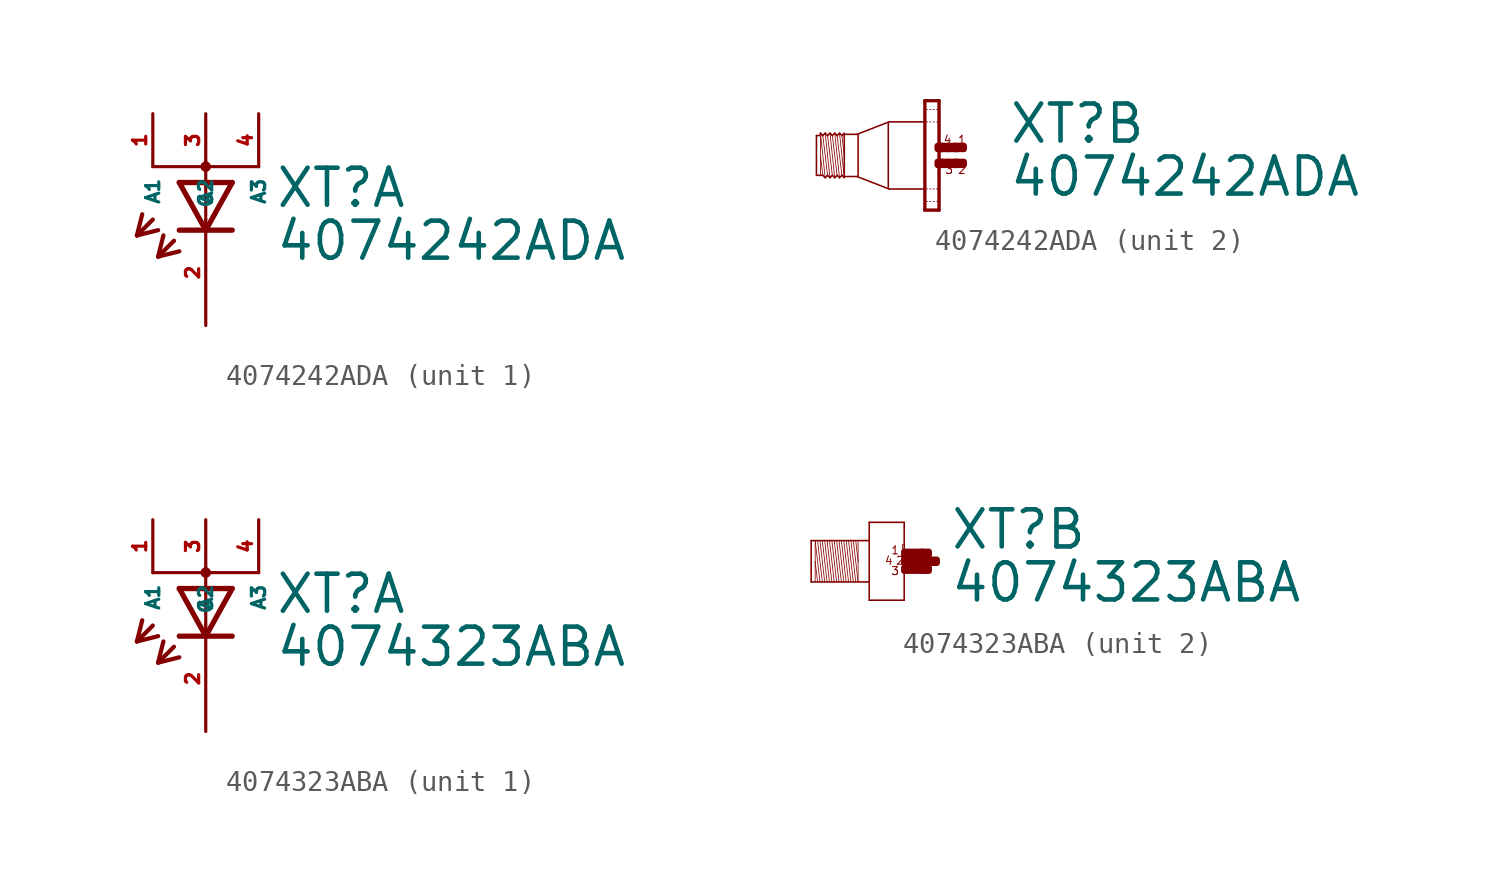
<source format=kicad_sym>
(kicad_symbol_lib
  (version 20220914)
  (generator Eagle2Kicad)
  (symbol "4074242ADA"
    (property "Reference" "XT"
      (at 3.302 0.483 0)
      (effects (font (size 1.778 1.778) (thickness 0.22)) (justify left bottom)))
    (property "Value" "4074242ADA"
      (at 3.302 -2.057 0)
      (effects (font (size 1.778 1.778) (thickness 0.22)) (justify left bottom)))
    (symbol "4074242ADA_1_0"
      (polyline (pts (xy -1.27 1.778) (xy 0 -0.508)) (stroke (width 0.254) (type default)) (fill (type none)))
      (polyline (pts (xy 0 -0.508) (xy 1.27 1.778)) (stroke (width 0.254) (type default)) (fill (type none)))
      (polyline (pts (xy 1.27 -0.508) (xy 0 -0.508)) (stroke (width 0.254) (type default)) (fill (type none)))
      (polyline (pts (xy 1.27 1.778) (xy -1.27 1.778)) (stroke (width 0.254) (type default)) (fill (type none)))
      (polyline (pts (xy 0 -0.508) (xy -1.27 -0.508)) (stroke (width 0.254) (type default)) (fill (type none)))
      (polyline (pts (xy -2.54 0) (xy -3.302 -0.762)) (stroke (width 0.203) (type default)) (fill (type none)))
      (polyline (pts (xy -3.302 -0.762) (xy -2.286 -0.508)) (stroke (width 0.203) (type default)) (fill (type none)))
      (polyline (pts (xy -3.302 -0.762) (xy -3.048 0.254)) (stroke (width 0.203) (type default)) (fill (type none)))
      (polyline (pts (xy -1.524 -1.016) (xy -2.286 -1.778)) (stroke (width 0.203) (type default)) (fill (type none)))
      (polyline (pts (xy -2.286 -1.778) (xy -1.27 -1.524)) (stroke (width 0.203) (type default)) (fill (type none)))
      (polyline (pts (xy -2.286 -1.778) (xy -2.032 -0.762)) (stroke (width 0.203) (type default)) (fill (type none)))
      (polyline (pts (xy 2.54 2.54) (xy 0 2.54)) (stroke (width 0.152) (type default)) (fill (type none)))
      (polyline (pts (xy 0 2.54) (xy -2.54 2.54)) (stroke (width 0.152) (type default)) (fill (type none)))
      (polyline (pts (xy 0 2.54) (xy 0 2.794)) (stroke (width 0.152) (type default)) (fill (type none)))
      (polyline (pts (xy 0 2.54) (xy 0 0)) (stroke (width 0.152) (type default)) (fill (type none)))
      (circle (center 0 2.54) (radius 0.127) (stroke (width 0.254) (type default)) (fill (type none)))
      (pin passive line (at 0 -5.08 90) (length 5.08) (name "C" (effects (font (size 0.635 0.635) (thickness 0.08)) (justify left bottom))) (number "2" (effects (font (size 0.635 0.635) (thickness 0.08)) (justify left bottom))))
      (pin passive line (at 0 5.08 270) (length 2.54) (name "A2" (effects (font (size 0.635 0.635) (thickness 0.08)) (justify left bottom))) (number "3" (effects (font (size 0.635 0.635) (thickness 0.08)) (justify left bottom))))
      (pin passive line (at 2.54 5.08 270) (length 2.54) (name "A3" (effects (font (size 0.635 0.635) (thickness 0.08)) (justify left bottom))) (number "4" (effects (font (size 0.635 0.635) (thickness 0.08)) (justify left bottom))))
      (pin passive line (at -2.54 5.08 270) (length 2.54) (name "A1" (effects (font (size 0.635 0.635) (thickness 0.08)) (justify left bottom))) (number "1" (effects (font (size 0.635 0.635) (thickness 0.08)) (justify left bottom)))))
    (symbol "4074242ADA_2_0"
      (polyline (pts (xy -4.548 -1.067) (xy -4.777 1.067)) (stroke (width 0.038) (type default)) (fill (type none)))
      (polyline (pts (xy -4.662 0.953) (xy -4.548 0)) (stroke (width 0.038) (type default)) (fill (type none)))
      (polyline (pts (xy -4.662 -0.953) (xy -4.891 0.953)) (stroke (width 0.038) (type default)) (fill (type none)))
      (polyline (pts (xy -4.777 -1.067) (xy -5.005 1.067)) (stroke (width 0.038) (type default)) (fill (type none)))
      (polyline (pts (xy -4.891 -0.953) (xy -5.12 0.953)) (stroke (width 0.038) (type default)) (fill (type none)))
      (polyline (pts (xy -5.005 -1.067) (xy -5.234 1.067)) (stroke (width 0.038) (type default)) (fill (type none)))
      (polyline (pts (xy -5.12 -0.953) (xy -5.348 0.953)) (stroke (width 0.038) (type default)) (fill (type none)))
      (polyline (pts (xy -5.234 -1.067) (xy -5.463 1.067)) (stroke (width 0.038) (type default)) (fill (type none)))
      (polyline (pts (xy -5.348 -0.953) (xy -5.577 0.953)) (stroke (width 0.038) (type default)) (fill (type none)))
      (polyline (pts (xy -5.463 -1.067) (xy -5.691 1.067)) (stroke (width 0.038) (type default)) (fill (type none)))
      (polyline (pts (xy -5.691 0) (xy -5.577 -0.953)) (stroke (width 0.038) (type default)) (fill (type none)))
      (polyline (pts (xy -5.691 1.029) (xy -5.691 0.953)) (stroke (width 0.038) (type default)) (fill (type none)))
      (polyline (pts (xy -5.691 0.953) (xy -5.691 -0.953)) (stroke (width 0.038) (type default)) (fill (type none)))
      (polyline (pts (xy -5.882 -0.953) (xy -5.882 0.953)) (stroke (width 0.076) (type default)) (fill (type none)))
      (polyline (pts (xy -5.882 0.953) (xy -5.691 0.953)) (stroke (width 0.076) (type default)) (fill (type none)))
      (polyline (pts (xy -5.691 0.953) (xy -5.691 1.067)) (stroke (width 0.076) (type default)) (fill (type none)))
      (polyline (pts (xy -5.691 1.067) (xy -5.577 0.953)) (stroke (width 0.076) (type default)) (fill (type none)))
      (polyline (pts (xy -5.577 0.953) (xy -5.463 1.067)) (stroke (width 0.076) (type default)) (fill (type none)))
      (polyline (pts (xy -5.463 1.067) (xy -5.348 0.953)) (stroke (width 0.076) (type default)) (fill (type none)))
      (polyline (pts (xy -5.348 0.953) (xy -5.234 1.067)) (stroke (width 0.076) (type default)) (fill (type none)))
      (polyline (pts (xy -5.234 1.067) (xy -5.12 0.953)) (stroke (width 0.076) (type default)) (fill (type none)))
      (polyline (pts (xy -5.12 0.953) (xy -5.005 1.067)) (stroke (width 0.076) (type default)) (fill (type none)))
      (polyline (pts (xy -4.777 1.067) (xy -4.662 0.953)) (stroke (width 0.076) (type default)) (fill (type none)))
      (polyline (pts (xy -4.662 0.953) (xy -4.548 1.067)) (stroke (width 0.076) (type default)) (fill (type none)))
      (polyline (pts (xy -4.548 -1.067) (xy -4.662 -0.953)) (stroke (width 0.076) (type default)) (fill (type none)))
      (polyline (pts (xy -4.662 -0.953) (xy -4.777 -1.067)) (stroke (width 0.076) (type default)) (fill (type none)))
      (polyline (pts (xy -4.777 -1.067) (xy -4.891 -0.953)) (stroke (width 0.076) (type default)) (fill (type none)))
      (polyline (pts (xy -4.891 -0.953) (xy -5.005 -1.067)) (stroke (width 0.076) (type default)) (fill (type none)))
      (polyline (pts (xy -5.005 -1.067) (xy -5.12 -0.953)) (stroke (width 0.076) (type default)) (fill (type none)))
      (polyline (pts (xy -5.12 -0.953) (xy -5.234 -1.067)) (stroke (width 0.076) (type default)) (fill (type none)))
      (polyline (pts (xy -5.234 -1.067) (xy -5.348 -0.953)) (stroke (width 0.076) (type default)) (fill (type none)))
      (polyline (pts (xy -5.348 -0.953) (xy -5.463 -1.067)) (stroke (width 0.076) (type default)) (fill (type none)))
      (polyline (pts (xy -5.463 -1.067) (xy -5.577 -0.953)) (stroke (width 0.076) (type default)) (fill (type none)))
      (polyline (pts (xy -5.577 -0.953) (xy -5.691 -0.953)) (stroke (width 0.076) (type default)) (fill (type none)))
      (polyline (pts (xy -5.691 -0.953) (xy -5.882 -0.953)) (stroke (width 0.076) (type default)) (fill (type none)))
      (polyline (pts (xy -4.548 1.029) (xy -4.548 1.01)) (stroke (width 0.076) (type default)) (fill (type none)))
      (polyline (pts (xy -4.548 1.01) (xy -4.548 -1.01)) (stroke (width 0.076) (type default)) (fill (type none)))
      (polyline (pts (xy -4.548 -1.01) (xy -4.548 -1.029)) (stroke (width 0.076) (type default)) (fill (type none)))
      (polyline (pts (xy -0.038 2.594) (xy -0.038 -2.594)) (stroke (width 0.076) (type default)) (fill (type none)))
      (polyline (pts (xy -0.038 -2.594) (xy -0.655 -2.594)) (stroke (width 0.076) (type default)) (fill (type none)))
      (polyline (pts (xy -0.655 -2.594) (xy -0.655 2.594)) (stroke (width 0.076) (type default)) (fill (type none)))
      (polyline (pts (xy -0.655 2.594) (xy -0.038 2.594)) (stroke (width 0.076) (type default)) (fill (type none)))
      (polyline (pts (xy -0.699 1.61) (xy -2.4 1.61)) (stroke (width 0.076) (type default)) (fill (type none)))
      (polyline (pts (xy -2.4 1.61) (xy -3.938 1.012)) (stroke (width 0.076) (type default)) (fill (type none)))
      (polyline (pts (xy -0.669 -1.61) (xy -2.4 -1.61)) (stroke (width 0.076) (type default)) (fill (type none)))
      (polyline (pts (xy -2.4 -1.61) (xy -3.938 -1.012)) (stroke (width 0.076) (type default)) (fill (type none)))
      (polyline (pts (xy -3.938 -1.01) (xy -4.548 -1.01)) (stroke (width 0.076) (type default)) (fill (type none)))
      (polyline (pts (xy -4.548 1.01) (xy -3.938 1.01)) (stroke (width 0.076) (type default)) (fill (type none)))
      (polyline (pts (xy -4.777 1.067) (xy -4.891 0.953)) (stroke (width 0.076) (type default)) (fill (type none)))
      (polyline (pts (xy -4.891 0.953) (xy -5.005 1.067)) (stroke (width 0.076) (type default)) (fill (type none)))
      (polyline (pts (xy 0 -2.625) (xy -0.69 -2.625)) (stroke (width 0) (type default)) (fill (type none)))
      (polyline (pts (xy 0 -2.625) (xy 0 2.625)) (stroke (width 0) (type default)) (fill (type none)))
      (polyline (pts (xy 0 2.625) (xy -0.69 2.625)) (stroke (width 0) (type default)) (fill (type none)))
      (polyline (pts (xy -0.69 2.625) (xy -0.69 -2.625)) (stroke (width 0) (type default)) (fill (type none)))
      (polyline (pts (xy -0.039 -1.605) (xy -0.135 -1.605)) (stroke (width 0.038) (type default)) (fill (type none)))
      (polyline (pts (xy -0.225 -1.605) (xy -0.3 -1.605)) (stroke (width 0.038) (type default)) (fill (type none)))
      (polyline (pts (xy -0.39 -1.605) (xy -0.465 -1.605)) (stroke (width 0.038) (type default)) (fill (type none)))
      (polyline (pts (xy -0.555 -1.605) (xy -0.633 -1.605)) (stroke (width 0.038) (type default)) (fill (type none)))
      (polyline (pts (xy -0.039 -2.205) (xy -0.12 -2.205)) (stroke (width 0.038) (type default)) (fill (type none)))
      (polyline (pts (xy -0.21 -2.205) (xy -0.285 -2.205)) (stroke (width 0.038) (type default)) (fill (type none)))
      (polyline (pts (xy -0.39 -2.205) (xy -0.465 -2.205)) (stroke (width 0.038) (type default)) (fill (type none)))
      (polyline (pts (xy -0.555 -2.205) (xy -0.633 -2.205)) (stroke (width 0.038) (type default)) (fill (type none)))
      (polyline (pts (xy -0.039 2.205) (xy -0.135 2.205)) (stroke (width 0.038) (type default)) (fill (type none)))
      (polyline (pts (xy -0.225 2.205) (xy -0.3 2.205)) (stroke (width 0.038) (type default)) (fill (type none)))
      (polyline (pts (xy -0.39 2.205) (xy -0.465 2.205)) (stroke (width 0.038) (type default)) (fill (type none)))
      (polyline (pts (xy -0.555 2.205) (xy -0.633 2.205)) (stroke (width 0.038) (type default)) (fill (type none)))
      (polyline (pts (xy -0.039 1.605) (xy -0.12 1.605)) (stroke (width 0.038) (type default)) (fill (type none)))
      (polyline (pts (xy -0.21 1.605) (xy -0.285 1.605)) (stroke (width 0.038) (type default)) (fill (type none)))
      (polyline (pts (xy -0.39 1.605) (xy -0.465 1.605)) (stroke (width 0.038) (type default)) (fill (type none)))
      (polyline (pts (xy -0.555 1.605) (xy -0.633 1.605)) (stroke (width 0.038) (type default)) (fill (type none)))
      (polyline (pts (xy -3.886 0.991) (xy -3.886 -0.991)) (stroke (width 0.076) (type default)) (fill (type none)))
      (polyline (pts (xy -2.438 1.524) (xy -2.438 -1.524)) (stroke (width 0.076) (type default)) (fill (type none)))
      (text "1" (at 0.876 0.533 0) (effects (font (size 0.381 0.381) (thickness 0.05)) (justify left bottom)))
      (text "3" (at 0.267 -0.914 0) (effects (font (size 0.381 0.381) (thickness 0.05)) (justify left bottom)))
      (text "2" (at 0.876 -0.914 0) (effects (font (size 0.381 0.381) (thickness 0.05)) (justify left bottom)))
      (text "4" (at 0.191 0.533 0) (effects (font (size 0.381 0.381) (thickness 0.05)) (justify left bottom)))
      (rectangle (start 0.838 -0.457) (end 1.181 -0.305) (stroke (width 0.3) (type default)) (fill (type outline)))
      (rectangle (start 0.419 -0.457) (end 0.762 -0.305) (stroke (width 0.3) (type default)) (fill (type outline)))
      (rectangle (start 0.076 -0.457) (end 0.419 -0.305) (stroke (width 0.3) (type default)) (fill (type outline)))
      (rectangle (start -0.076 -0.457) (end 0.152 -0.305) (stroke (width 0.3) (type default)) (fill (type outline)))
      (rectangle (start 0.762 -0.457) (end 0.838 -0.305) (stroke (width 0.3) (type default)) (fill (type outline)))
      (rectangle (start 0.838 0.305) (end 1.181 0.457) (stroke (width 0.3) (type default)) (fill (type outline)))
      (rectangle (start 0.762 0.305) (end 0.838 0.457) (stroke (width 0.3) (type default)) (fill (type outline)))
      (rectangle (start 0.419 0.305) (end 0.762 0.457) (stroke (width 0.3) (type default)) (fill (type outline)))
      (rectangle (start 0.076 0.305) (end 0.419 0.457) (stroke (width 0.3) (type default)) (fill (type outline)))
      (rectangle (start -0.076 0.305) (end 0.152 0.457) (stroke (width 0.3) (type default)) (fill (type outline)))))
  (symbol "4074323ABA"
    (property "Reference" "XT"
      (at 3.302 0.483 0)
      (effects (font (size 1.778 1.778) (thickness 0.22)) (justify left bottom)))
    (property "Value" "4074323ABA"
      (at 3.302 -2.057 0)
      (effects (font (size 1.778 1.778) (thickness 0.22)) (justify left bottom)))
    (symbol "4074323ABA_1_0"
      (polyline (pts (xy -1.27 1.778) (xy 0 -0.508)) (stroke (width 0.254) (type default)) (fill (type none)))
      (polyline (pts (xy 0 -0.508) (xy 1.27 1.778)) (stroke (width 0.254) (type default)) (fill (type none)))
      (polyline (pts (xy 1.27 -0.508) (xy 0 -0.508)) (stroke (width 0.254) (type default)) (fill (type none)))
      (polyline (pts (xy 1.27 1.778) (xy -1.27 1.778)) (stroke (width 0.254) (type default)) (fill (type none)))
      (polyline (pts (xy 0 -0.508) (xy -1.27 -0.508)) (stroke (width 0.254) (type default)) (fill (type none)))
      (polyline (pts (xy -2.54 0) (xy -3.302 -0.762)) (stroke (width 0.203) (type default)) (fill (type none)))
      (polyline (pts (xy -3.302 -0.762) (xy -2.286 -0.508)) (stroke (width 0.203) (type default)) (fill (type none)))
      (polyline (pts (xy -3.302 -0.762) (xy -3.048 0.254)) (stroke (width 0.203) (type default)) (fill (type none)))
      (polyline (pts (xy -1.524 -1.016) (xy -2.286 -1.778)) (stroke (width 0.203) (type default)) (fill (type none)))
      (polyline (pts (xy -2.286 -1.778) (xy -1.27 -1.524)) (stroke (width 0.203) (type default)) (fill (type none)))
      (polyline (pts (xy -2.286 -1.778) (xy -2.032 -0.762)) (stroke (width 0.203) (type default)) (fill (type none)))
      (polyline (pts (xy 2.54 2.54) (xy 0 2.54)) (stroke (width 0.152) (type default)) (fill (type none)))
      (polyline (pts (xy 0 2.54) (xy -2.54 2.54)) (stroke (width 0.152) (type default)) (fill (type none)))
      (polyline (pts (xy 0 2.54) (xy 0 2.794)) (stroke (width 0.152) (type default)) (fill (type none)))
      (polyline (pts (xy 0 2.54) (xy 0 0)) (stroke (width 0.152) (type default)) (fill (type none)))
      (circle (center 0 2.54) (radius 0.127) (stroke (width 0.254) (type default)) (fill (type none)))
      (pin passive line (at 0 -5.08 90) (length 5.08) (name "C" (effects (font (size 0.635 0.635) (thickness 0.08)) (justify left bottom))) (number "2" (effects (font (size 0.635 0.635) (thickness 0.08)) (justify left bottom))))
      (pin passive line (at 0 5.08 270) (length 2.54) (name "A2" (effects (font (size 0.635 0.635) (thickness 0.08)) (justify left bottom))) (number "3" (effects (font (size 0.635 0.635) (thickness 0.08)) (justify left bottom))))
      (pin passive line (at 2.54 5.08 270) (length 2.54) (name "A3" (effects (font (size 0.635 0.635) (thickness 0.08)) (justify left bottom))) (number "4" (effects (font (size 0.635 0.635) (thickness 0.08)) (justify left bottom))))
      (pin passive line (at -2.54 5.08 270) (length 2.54) (name "A1" (effects (font (size 0.635 0.635) (thickness 0.08)) (justify left bottom))) (number "1" (effects (font (size 0.635 0.635) (thickness 0.08)) (justify left bottom)))))
    (symbol "4074323ABA_2_0"
      (polyline (pts (xy -1.067 0.953) (xy -1.067 0)) (stroke (width 0.038) (type default)) (fill (type none)))
      (polyline (pts (xy -1.067 0) (xy -1.067 -0.991)) (stroke (width 0.038) (type default)) (fill (type none)))
      (polyline (pts (xy -1.067 -0.991) (xy -1.295 0.991)) (stroke (width 0.038) (type default)) (fill (type none)))
      (polyline (pts (xy -1.181 0.991) (xy -1.067 0)) (stroke (width 0.038) (type default)) (fill (type none)))
      (polyline (pts (xy -1.181 -0.991) (xy -1.41 0.991)) (stroke (width 0.038) (type default)) (fill (type none)))
      (polyline (pts (xy -1.295 -0.991) (xy -1.524 0.991)) (stroke (width 0.038) (type default)) (fill (type none)))
      (polyline (pts (xy -1.41 -0.991) (xy -1.638 0.991)) (stroke (width 0.038) (type default)) (fill (type none)))
      (polyline (pts (xy -1.524 -0.991) (xy -1.753 0.991)) (stroke (width 0.038) (type default)) (fill (type none)))
      (polyline (pts (xy -1.638 -0.991) (xy -1.867 0.991)) (stroke (width 0.038) (type default)) (fill (type none)))
      (polyline (pts (xy -1.753 -0.991) (xy -1.981 0.991)) (stroke (width 0.038) (type default)) (fill (type none)))
      (polyline (pts (xy -1.867 -0.991) (xy -2.095 0.991)) (stroke (width 0.038) (type default)) (fill (type none)))
      (polyline (pts (xy -1.981 -0.991) (xy -2.21 0.991)) (stroke (width 0.038) (type default)) (fill (type none)))
      (polyline (pts (xy -2.095 -0.991) (xy -2.324 0.991)) (stroke (width 0.038) (type default)) (fill (type none)))
      (polyline (pts (xy -2.21 -0.991) (xy -2.438 0.991)) (stroke (width 0.038) (type default)) (fill (type none)))
      (polyline (pts (xy -2.324 -0.991) (xy -2.553 0.991)) (stroke (width 0.038) (type default)) (fill (type none)))
      (polyline (pts (xy -2.438 -0.991) (xy -2.667 0.991)) (stroke (width 0.038) (type default)) (fill (type none)))
      (polyline (pts (xy -2.553 -0.991) (xy -2.781 0.991)) (stroke (width 0.038) (type default)) (fill (type none)))
      (polyline (pts (xy -2.667 -0.991) (xy -2.896 0.991)) (stroke (width 0.038) (type default)) (fill (type none)))
      (polyline (pts (xy -2.781 -0.991) (xy -3.01 0.991)) (stroke (width 0.038) (type default)) (fill (type none)))
      (polyline (pts (xy -2.896 -0.991) (xy -3.124 0.991)) (stroke (width 0.038) (type default)) (fill (type none)))
      (polyline (pts (xy -3.124 0) (xy -3.01 -0.991)) (stroke (width 0.038) (type default)) (fill (type none)))
      (polyline (pts (xy -3.124 0.953) (xy -3.124 -0.953)) (stroke (width 0.038) (type default)) (fill (type none)))
      (polyline (pts (xy -3.315 -0.991) (xy -3.315 0.991)) (stroke (width 0.076) (type default)) (fill (type none)))
      (polyline (pts (xy -3.315 0.991) (xy -0.533 0.991)) (stroke (width 0.076) (type default)) (fill (type none)))
      (polyline (pts (xy -0.533 -0.991) (xy -3.315 -0.991)) (stroke (width 0.076) (type default)) (fill (type none)))
      (polyline (pts (xy -0.533 1.867) (xy -0.533 -1.867)) (stroke (width 0.076) (type default)) (fill (type none)))
      (polyline (pts (xy -0.533 -1.867) (xy 1.143 -1.867)) (stroke (width 0.076) (type default)) (fill (type none)))
      (polyline (pts (xy 1.143 -1.867) (xy 1.143 1.867)) (stroke (width 0.076) (type default)) (fill (type none)))
      (polyline (pts (xy 1.143 1.867) (xy -0.533 1.867)) (stroke (width 0.076) (type default)) (fill (type none)))
      (polyline (pts (xy 1.067 0.8) (xy 1.105 0.8)) (stroke (width 0.038) (type default)) (fill (type none)))
      (polyline (pts (xy 1.105 0.495) (xy 1.067 0.495)) (stroke (width 0.038) (type default)) (fill (type none)))
      (polyline (pts (xy 1.067 0.495) (xy 1.067 0.8)) (stroke (width 0.038) (type default)) (fill (type none)))
      (text "1" (at 0.495 0.305 0) (effects (font (size 0.381 0.381) (thickness 0.05)) (justify left bottom)))
      (text "2" (at 0.724 -0.191 0) (effects (font (size 0.381 0.381) (thickness 0.05)) (justify left bottom)))
      (text "3" (at 0.495 -0.686 0) (effects (font (size 0.381 0.381) (thickness 0.05)) (justify left bottom)))
      (text "4" (at 0.191 -0.191 0) (effects (font (size 0.381 0.381) (thickness 0.05)) (justify left bottom)))
      (rectangle (start 1.143 -0.076) (end 1.638 0.076) (stroke (width 0.3) (type default)) (fill (type outline)))
      (rectangle (start 1.143 0.305) (end 2.019 0.457) (stroke (width 0.3) (type default)) (fill (type outline)))
      (rectangle (start 1.143 -0.457) (end 2.019 -0.305) (stroke (width 0.3) (type default)) (fill (type outline)))
      (rectangle (start 1.981 -0.457) (end 2.324 -0.305) (stroke (width 0.3) (type default)) (fill (type outline)))
      (rectangle (start 1.6 -0.076) (end 1.943 0.076) (stroke (width 0.3) (type default)) (fill (type outline)))
      (rectangle (start 1.981 0.305) (end 2.324 0.457) (stroke (width 0.3) (type default)) (fill (type outline)))
      (rectangle (start 1.905 -0.076) (end 2.705 0.076) (stroke (width 0.3) (type default)) (fill (type outline))))))
</source>
